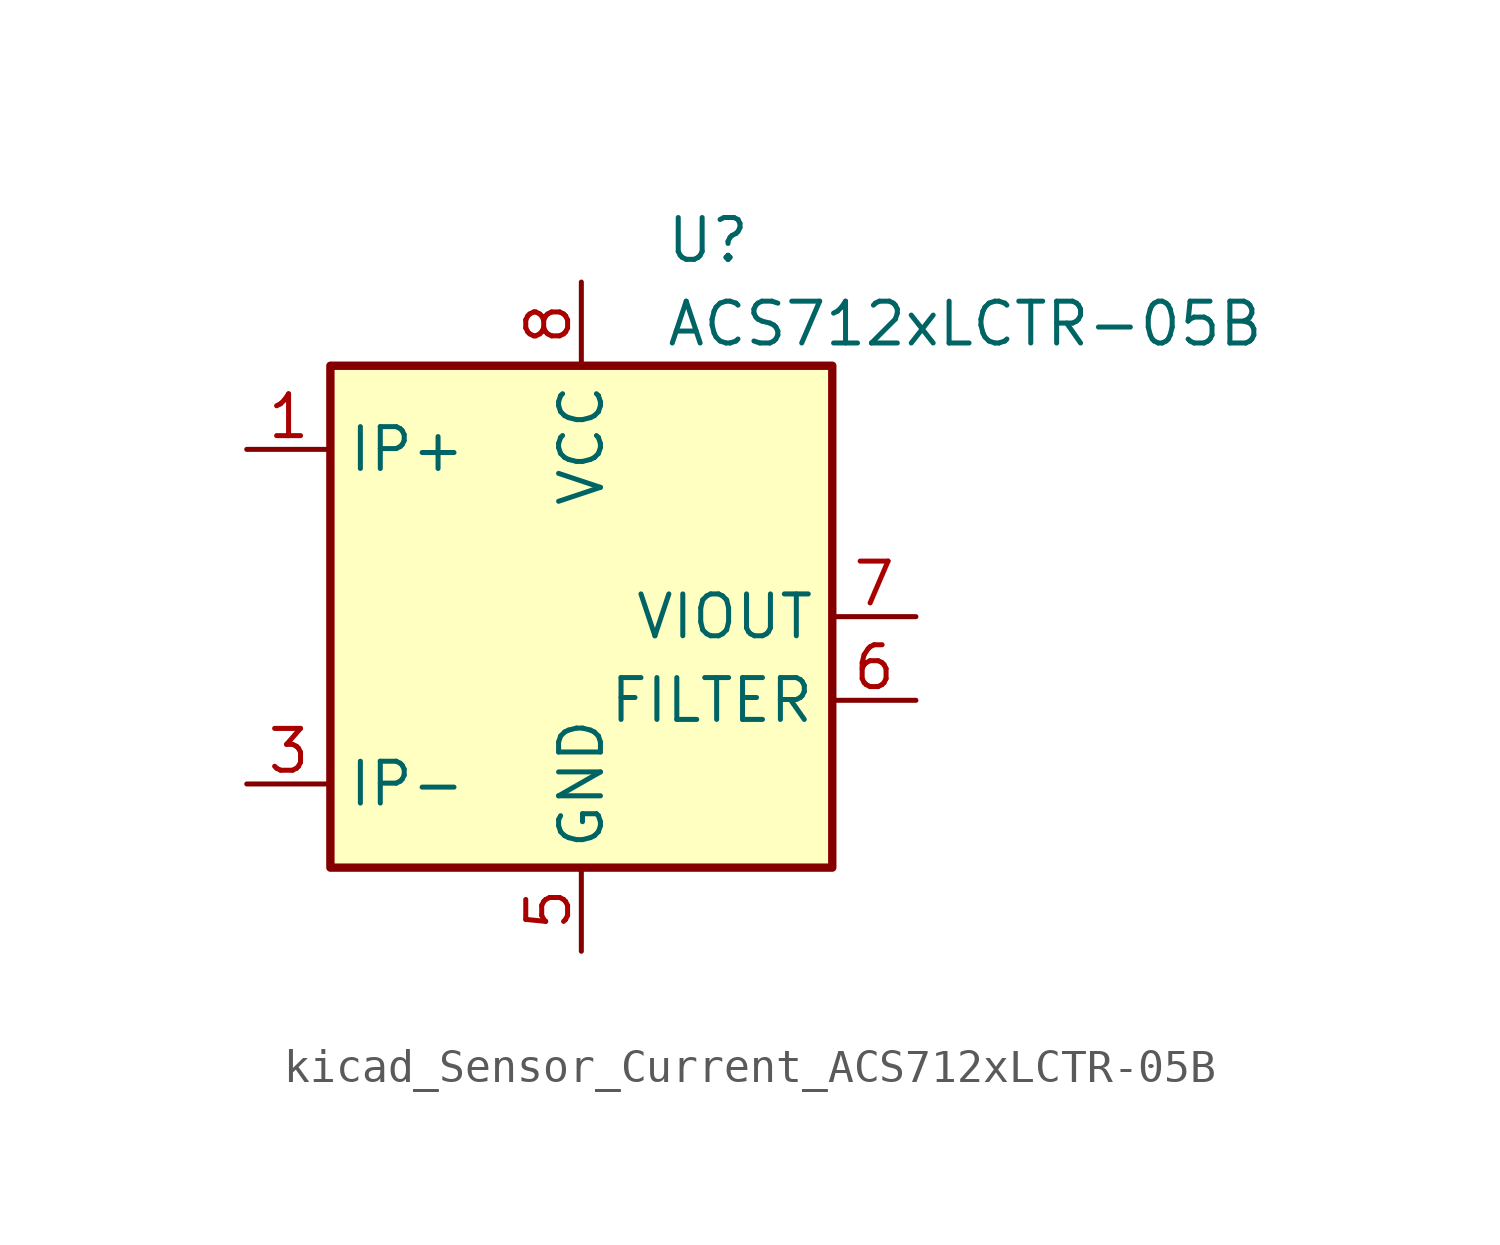
<source format=kicad_sym>
(kicad_symbol_lib
  (version 20220914)
  (generator kicad_symbol_editor)
  (symbol "kicad_Sensor_Current_ACS712xLCTR-05B"
    (property "Reference" "U"
      (at 2.54 11.43 0)
      (effects (font (size 1.27 1.27)) (justify left)))
    (property "Value" "ACS712xLCTR-05B"
      (at 2.54 8.89 0)
      (effects (font (size 1.27 1.27)) (justify left)))
    (symbol "kicad_Sensor_Current_ACS712xLCTR-05B_0_1"
      (rectangle (start -7.62 7.62) (end 7.62 -7.62) (stroke (width 0.254) (type default)) (fill (type background))))
    (symbol "kicad_Sensor_Current_ACS712xLCTR-05B_1_1"
      (pin passive line (at -10.16 5.08 0) (length 2.54) (name "IP+" (effects (font (size 1.27 1.27)))) (number "1" (effects (font (size 1.27 1.27)))))
      (pin passive line (at -10.16 5.08 0) (length 2.54) hide (name "IP+" (effects (font (size 1.27 1.27)))) (number "2" (effects (font (size 1.27 1.27)))))
      (pin passive line (at -10.16 -5.08 0) (length 2.54) (name "IP-" (effects (font (size 1.27 1.27)))) (number "3" (effects (font (size 1.27 1.27)))))
      (pin passive line (at -10.16 -5.08 0) (length 2.54) hide (name "IP-" (effects (font (size 1.27 1.27)))) (number "4" (effects (font (size 1.27 1.27)))))
      (pin power_in line (at 0 -10.16 90) (length 2.54) (name "GND" (effects (font (size 1.27 1.27)))) (number "5" (effects (font (size 1.27 1.27)))))
      (pin passive line (at 10.16 -2.54 180) (length 2.54) (name "FILTER" (effects (font (size 1.27 1.27)))) (number "6" (effects (font (size 1.27 1.27)))))
      (pin output line (at 10.16 0 180) (length 2.54) (name "VIOUT" (effects (font (size 1.27 1.27)))) (number "7" (effects (font (size 1.27 1.27)))))
      (pin power_in line (at 0 10.16 270) (length 2.54) (name "VCC" (effects (font (size 1.27 1.27)))) (number "8" (effects (font (size 1.27 1.27))))))))
</source>
